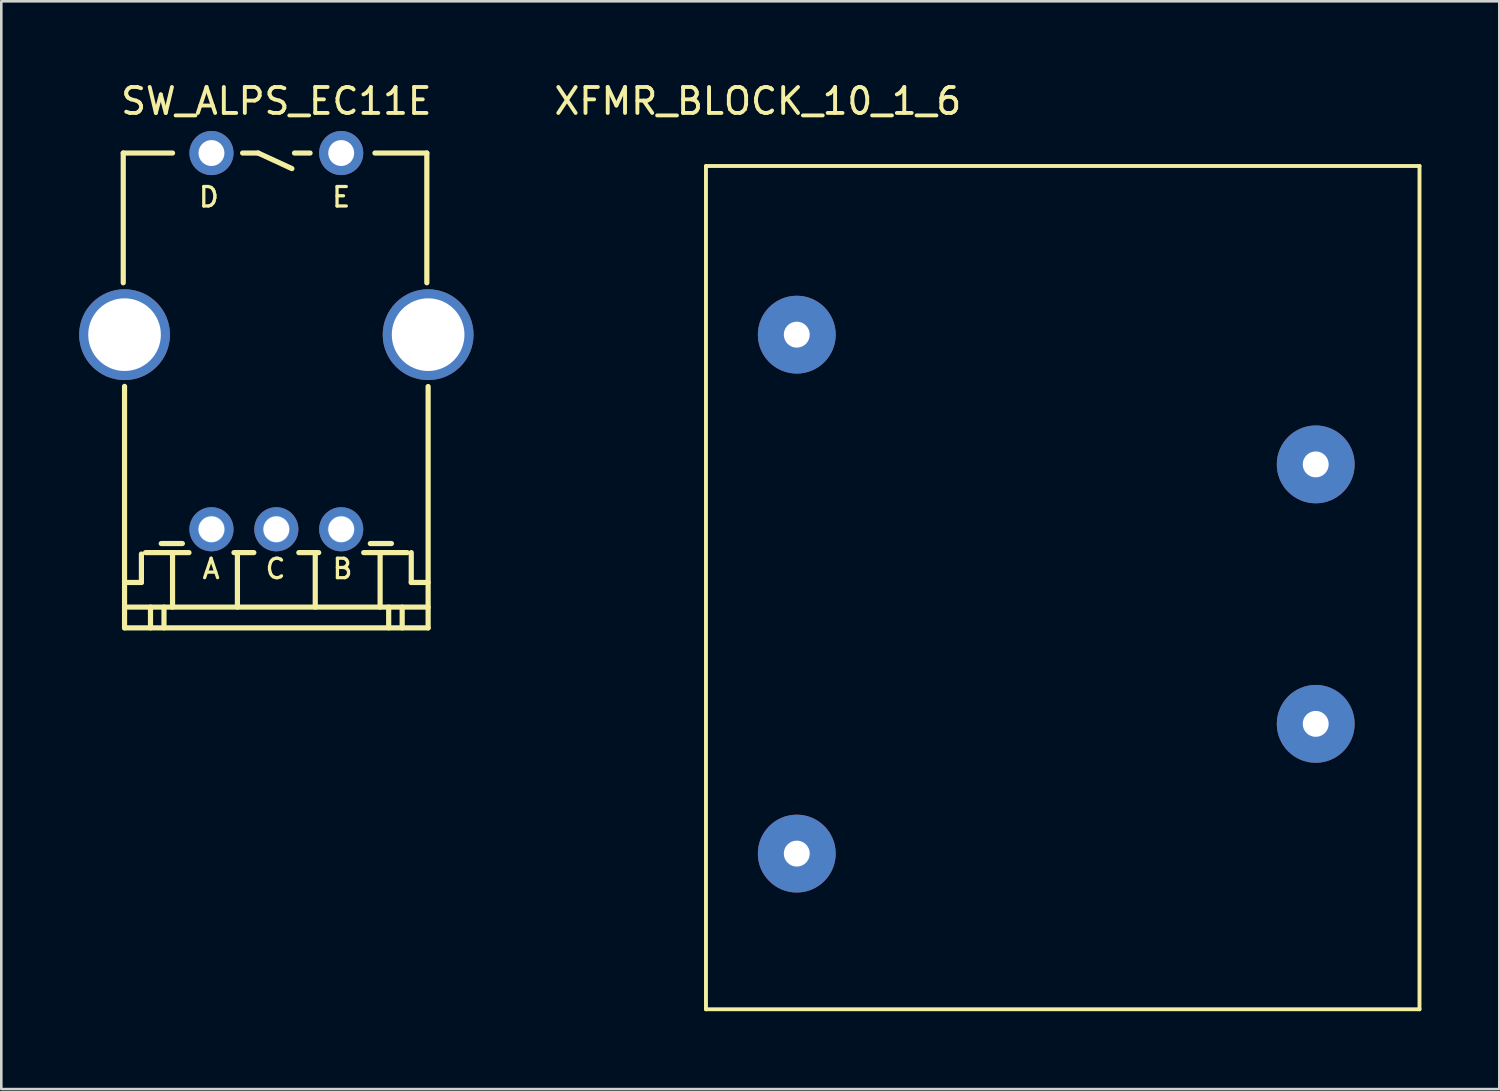
<source format=kicad_pcb>
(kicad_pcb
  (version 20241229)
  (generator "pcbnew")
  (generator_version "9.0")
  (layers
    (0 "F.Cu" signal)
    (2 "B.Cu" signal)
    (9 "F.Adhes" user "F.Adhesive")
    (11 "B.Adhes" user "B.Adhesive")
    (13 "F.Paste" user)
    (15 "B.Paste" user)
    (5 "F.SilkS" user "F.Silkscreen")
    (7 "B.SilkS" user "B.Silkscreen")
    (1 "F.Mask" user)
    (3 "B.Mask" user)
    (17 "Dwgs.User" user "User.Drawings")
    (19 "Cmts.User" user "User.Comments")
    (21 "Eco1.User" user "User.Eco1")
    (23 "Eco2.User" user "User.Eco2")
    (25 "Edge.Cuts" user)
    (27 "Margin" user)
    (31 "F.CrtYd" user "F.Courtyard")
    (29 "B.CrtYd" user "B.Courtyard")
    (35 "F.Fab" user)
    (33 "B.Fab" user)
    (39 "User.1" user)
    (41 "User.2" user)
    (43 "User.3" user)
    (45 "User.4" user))
  (footprint "SW_ALPS_EC11E"
    (layer "F.Cu")
    (at 5.1 17.348)
    (property "Reference" "SW_ALPS_EC11E" (at 2.5 -16.5 0) (layer "F.SilkS") (effects (font (size 1 1) (thickness 0.15))))
    (attr through_hole)
    (fp_line (start -3.4 -14.5) (end -3.4 -9.5) (stroke (width 0.2) (type solid)) (layer "F.SilkS"))
    (fp_line (start -3.35 2.05) (end -2.7 2.05) (stroke (width 0.2) (type solid)) (layer "F.SilkS"))
    (fp_line (start -3.35 3) (end 8.35 3) (stroke (width 0.2) (type solid)) (layer "F.SilkS"))
    (fp_line (start -3.35 3.8) (end -3.35 -5.507) (stroke (width 0.2) (type solid)) (layer "F.SilkS"))
    (fp_line (start -3.35 3.8) (end 8.35 3.8) (stroke (width 0.2) (type solid)) (layer "F.SilkS"))
    (fp_line (start -2.7 2.05) (end -2.7 0.954) (stroke (width 0.2) (type solid)) (layer "F.SilkS"))
    (fp_line (start -2.542 0.9) (end -0.867 0.9) (stroke (width 0.2) (type solid)) (layer "F.SilkS"))
    (fp_line (start -2.35 3.8) (end -2.35 3) (stroke (width 0.2) (type solid)) (layer "F.SilkS"))
    (fp_line (start -1.936 0.55) (end -1.122 0.55) (stroke (width 0.2) (type solid)) (layer "F.SilkS"))
    (fp_line (start -1.83 3.8) (end -1.83 3) (stroke (width 0.2) (type solid)) (layer "F.SilkS"))
    (fp_line (start -1.5 -14.5) (end -3.4 -14.5) (stroke (width 0.2) (type solid)) (layer "F.SilkS"))
    (fp_line (start -1.5 3) (end -1.5 0.9) (stroke (width 0.2) (type solid)) (layer "F.SilkS"))
    (fp_line (start 0.867 0.9) (end 1.633 0.9) (stroke (width 0.2) (type solid)) (layer "F.SilkS"))
    (fp_line (start 1 3) (end 1 0.9) (stroke (width 0.2) (type solid)) (layer "F.SilkS"))
    (fp_line (start 1.2 -14.5) (end 1.8 -14.5) (stroke (width 0.2) (type solid)) (layer "F.SilkS"))
    (fp_line (start 1.8 -14.5) (end 3.1 -13.9) (stroke (width 0.2) (type solid)) (layer "F.SilkS"))
    (fp_line (start 3.2 -14.5) (end 3.8 -14.5) (stroke (width 0.2) (type solid)) (layer "F.SilkS"))
    (fp_line (start 3.367 0.9) (end 4.133 0.9) (stroke (width 0.2) (type solid)) (layer "F.SilkS"))
    (fp_line (start 4 3) (end 4 0.9) (stroke (width 0.2) (type solid)) (layer "F.SilkS"))
    (fp_line (start 5.867 0.9) (end 7.542 0.9) (stroke (width 0.2) (type solid)) (layer "F.SilkS"))
    (fp_line (start 6.122 0.55) (end 6.936 0.55) (stroke (width 0.2) (type solid)) (layer "F.SilkS"))
    (fp_line (start 6.5 3) (end 6.5 0.9) (stroke (width 0.2) (type solid)) (layer "F.SilkS"))
    (fp_line (start 6.83 3.8) (end 6.83 3) (stroke (width 0.2) (type solid)) (layer "F.SilkS"))
    (fp_line (start 7.35 3.8) (end 7.35 3) (stroke (width 0.2) (type solid)) (layer "F.SilkS"))
    (fp_line (start 7.7 2.05) (end 7.7 0.9) (stroke (width 0.2) (type solid)) (layer "F.SilkS"))
    (fp_line (start 7.7 2.05) (end 8.35 2.05) (stroke (width 0.2) (type solid)) (layer "F.SilkS"))
    (fp_line (start 8.3 -14.5) (end 6.3 -14.5) (stroke (width 0.2) (type solid)) (layer "F.SilkS"))
    (fp_line (start 8.3 -9.5) (end 8.3 -14.5) (stroke (width 0.2) (type solid)) (layer "F.SilkS"))
    (fp_line (start 8.35 3.8) (end 8.35 -5.501) (stroke (width 0.2) (type solid)) (layer "F.SilkS"))
    (fp_line (start -0.5 0) (end 0 0) (stroke (width 0.05) (type solid)) (layer "Cmts.User"))
    (fp_line (start 0 0) (end 0 -0.5) (stroke (width 0.05) (type solid)) (layer "Cmts.User"))
    (fp_line (start 0 0) (end 0.5 0) (stroke (width 0.05) (type solid)) (layer "Cmts.User"))
    (fp_line (start 0 0.5) (end 0 0) (stroke (width 0.05) (type solid)) (layer "Cmts.User"))
    (fp_line (start 2 0) (end 2.5 0) (stroke (width 0.05) (type solid)) (layer "Cmts.User"))
    (fp_line (start 2.5 0) (end 2.5 -0.5) (stroke (width 0.05) (type solid)) (layer "Cmts.User"))
    (fp_line (start 2.5 0) (end 3 0) (stroke (width 0.05) (type solid)) (layer "Cmts.User"))
    (fp_line (start 2.5 0.5) (end 2.5 0) (stroke (width 0.05) (type solid)) (layer "Cmts.User"))
    (fp_line (start 4.5 0) (end 5 0) (stroke (width 0.05) (type solid)) (layer "Cmts.User"))
    (fp_line (start 5 0) (end 5 -0.5) (stroke (width 0.05) (type solid)) (layer "Cmts.User"))
    (fp_line (start 5 0) (end 5.5 0) (stroke (width 0.05) (type solid)) (layer "Cmts.User"))
    (fp_line (start 5 0.5) (end 5 0) (stroke (width 0.05) (type solid)) (layer "Cmts.User"))
    (fp_circle (center 0 0) (end 0.5 0) (stroke (width 0.05) (type solid)) (fill no) (layer "Cmts.User"))
    (fp_circle (center 2.5 0) (end 3 0) (stroke (width 0.05) (type solid)) (fill no) (layer "Cmts.User"))
    (fp_circle (center 5 0) (end 5.5 0) (stroke (width 0.05) (type solid)) (fill no) (layer "Cmts.User"))
    (fp_text user "B" (at 5.05 1.525 0) (layer "F.SilkS") (effects (font (size 0.75 0.75) (thickness 0.125))))
    (fp_text user "E" (at 5 -12.8 0) (layer "F.SilkS") (effects (font (size 0.75 0.75) (thickness 0.125))))
    (fp_text user "D" (at -0.1 -12.8 0) (layer "F.SilkS") (effects (font (size 0.75 0.75) (thickness 0.125))))
    (fp_text user "C" (at 2.468 1.525 0) (layer "F.SilkS") (effects (font (size 0.75 0.75) (thickness 0.125))))
    (fp_text user "A" (at -0.014 1.525 0) (layer "F.SilkS") (effects (font (size 0.75 0.75) (thickness 0.125))))
    (pad "1" thru_hole circle (at 0 0) (size 1.7 1.7) (drill 1) (layers "*.Cu" "*.Mask"))
    (pad "2" thru_hole circle (at 5 0) (size 1.7 1.7) (drill 1) (layers "*.Cu" "*.Mask"))
    (pad "3" thru_hole circle (at 2.5 0) (size 1.7 1.7) (drill 1) (layers "*.Cu" "*.Mask"))
    (pad "4" thru_hole circle (at 0 -14.5) (size 1.7 1.7) (drill 1) (layers "*.Cu" "*.Mask"))
    (pad "5" thru_hole circle (at 5 -14.5) (size 1.7 1.7) (drill 1) (layers "*.Cu" "*.Mask"))
    (pad "P1" thru_hole circle (at -3.35 -7.5) (size 3.5 3.5) (drill 2.8) (layers "*.Cu" "*.Mask"))
    (pad "P2" thru_hole circle (at 8.35 -7.5) (size 3.5 3.5) (drill 2.8) (layers "*.Cu" "*.Mask")))
  (footprint "XFMR_BLOCK_10_1_6"
    (layer "F.Cu")
    (at 27.658 9.848)
    (property "Reference" "XFMR_BLOCK_10_1_6" (at -1.5 -9 0) (layer "F.SilkS") (effects (font (size 1 1) (thickness 0.15))))
    (attr through_hole)
    (fp_line (start -3.5 -6.5) (end 24 -6.5) (stroke (width 0.15) (type solid)) (layer "F.SilkS"))
    (fp_line (start -3.5 26) (end -3.5 -6.5) (stroke (width 0.15) (type solid)) (layer "F.SilkS"))
    (fp_line (start 24 -6.5) (end 24 26) (stroke (width 0.15) (type solid)) (layer "F.SilkS"))
    (fp_line (start 24 26) (end -3.5 26) (stroke (width 0.15) (type solid)) (layer "F.SilkS"))
    (pad "1" thru_hole circle (at 0 0) (size 3 3) (drill 1) (layers "*.Cu" "*.Mask"))
    (pad "2" thru_hole circle (at 0 20) (size 3 3) (drill 1) (layers "*.Cu" "*.Mask"))
    (pad "3" thru_hole circle (at 20 5) (size 3 3) (drill 1) (layers "*.Cu" "*.Mask"))
    (pad "4" thru_hole circle (at 20 15) (size 3 3) (drill 1) (layers "*.Cu" "*.Mask")))
  (gr_rect
    (start -3 -3)
    (end 54.733 38.923)
    (stroke (width 0.1) (type default))
    (fill no)
    (layer "Edge.Cuts")))
</source>
